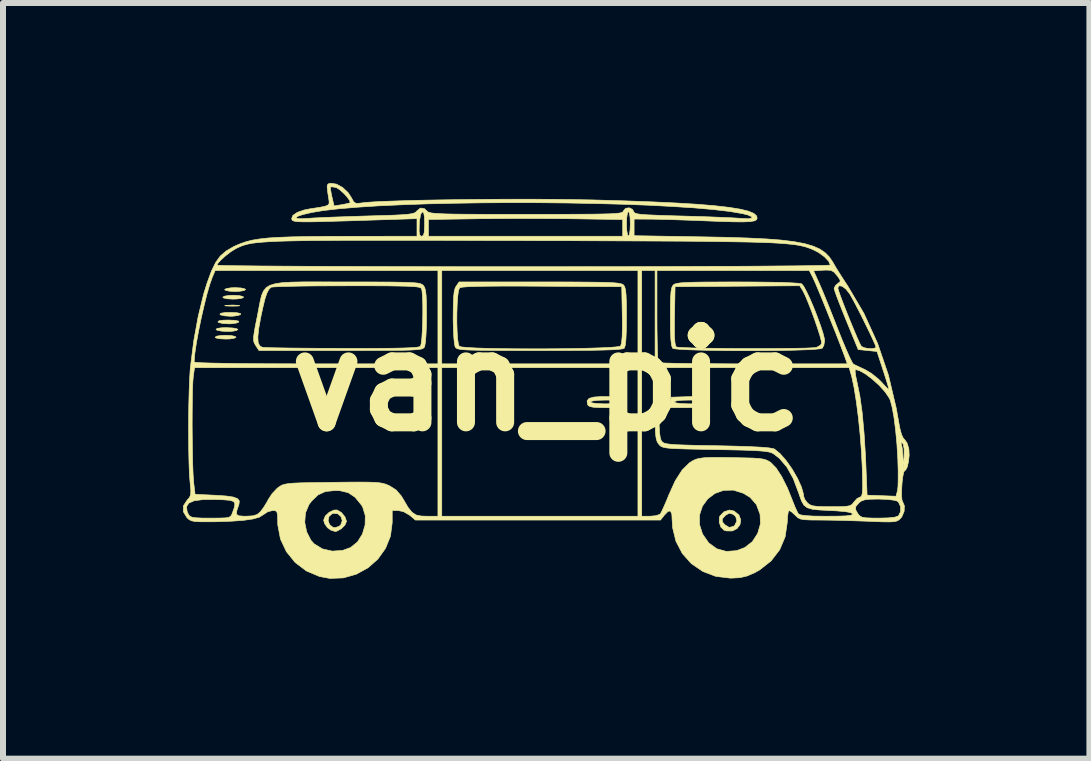
<source format=kicad_pcb>
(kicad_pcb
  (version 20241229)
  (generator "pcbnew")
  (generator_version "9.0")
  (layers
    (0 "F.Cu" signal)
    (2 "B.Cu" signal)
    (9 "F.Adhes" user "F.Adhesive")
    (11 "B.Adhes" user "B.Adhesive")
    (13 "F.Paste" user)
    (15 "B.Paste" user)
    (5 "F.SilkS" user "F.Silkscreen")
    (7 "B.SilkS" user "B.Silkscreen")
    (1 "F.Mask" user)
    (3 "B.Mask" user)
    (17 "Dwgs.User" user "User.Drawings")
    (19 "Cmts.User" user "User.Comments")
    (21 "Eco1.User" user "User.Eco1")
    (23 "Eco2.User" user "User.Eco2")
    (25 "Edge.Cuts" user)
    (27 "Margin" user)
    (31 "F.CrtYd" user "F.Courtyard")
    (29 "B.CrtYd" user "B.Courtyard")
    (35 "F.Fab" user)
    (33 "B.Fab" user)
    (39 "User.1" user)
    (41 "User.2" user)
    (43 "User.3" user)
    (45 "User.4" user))
  (footprint "van_pic"
    (layer "F.Cu")
    (at 6.06 3.301)
    (property "Reference" "van_pic" (at 0 0 0) (layer "F.SilkS") (effects (font (size 1.524 1.524) (thickness 0.3))))
    (attr through_hole)
    (fp_poly (pts (xy -5.136 -1.261) (xy -5.112 -1.255) (xy -5.144 -1.25) (xy -5.226 -1.248) (xy -5.239 -1.248) (xy -5.326 -1.25) (xy -5.365 -1.254) (xy -5.348 -1.26) (xy -5.342 -1.261) (xy -5.231 -1.266) (xy -5.136 -1.261)) (stroke (width 0.01) (type solid)) (fill yes) (layer "F.SilkS"))
    (fp_poly (pts (xy -5.254 -0.757) (xy -5.191 -0.743) (xy -5.175 -0.73) (xy -5.204 -0.713) (xy -5.278 -0.701) (xy -5.35 -0.699) (xy -5.446 -0.704) (xy -5.509 -0.717) (xy -5.524 -0.73) (xy -5.496 -0.748) (xy -5.422 -0.759) (xy -5.35 -0.762) (xy -5.254 -0.757)) (stroke (width 0.01) (type solid)) (fill yes) (layer "F.SilkS"))
    (fp_poly (pts (xy -5.234 -0.884) (xy -5.164 -0.872) (xy -5.144 -0.857) (xy -5.172 -0.84) (xy -5.246 -0.828) (xy -5.316 -0.826) (xy -5.416 -0.831) (xy -5.487 -0.845) (xy -5.509 -0.857) (xy -5.492 -0.876) (xy -5.418 -0.887) (xy -5.336 -0.889) (xy -5.234 -0.884)) (stroke (width 0.01) (type solid)) (fill yes) (layer "F.SilkS"))
    (fp_poly (pts (xy -5.192 -1.011) (xy -5.134 -0.998) (xy -5.128 -0.984) (xy -5.168 -0.966) (xy -5.25 -0.954) (xy -5.302 -0.953) (xy -5.396 -0.959) (xy -5.462 -0.974) (xy -5.477 -0.984) (xy -5.46 -1.003) (xy -5.386 -1.014) (xy -5.302 -1.016) (xy -5.192 -1.011)) (stroke (width 0.01) (type solid)) (fill yes) (layer "F.SilkS"))
    (fp_poly (pts (xy -5.16 -1.138) (xy -5.102 -1.125) (xy -5.096 -1.111) (xy -5.137 -1.093) (xy -5.218 -1.081) (xy -5.271 -1.079) (xy -5.365 -1.086) (xy -5.43 -1.101) (xy -5.445 -1.111) (xy -5.428 -1.13) (xy -5.355 -1.141) (xy -5.271 -1.143) (xy -5.16 -1.138)) (stroke (width 0.01) (type solid)) (fill yes) (layer "F.SilkS"))
    (fp_poly (pts (xy -5.127 -1.424) (xy -5.064 -1.41) (xy -5.048 -1.397) (xy -5.077 -1.38) (xy -5.151 -1.368) (xy -5.223 -1.365) (xy -5.319 -1.37) (xy -5.382 -1.384) (xy -5.397 -1.397) (xy -5.369 -1.414) (xy -5.295 -1.426) (xy -5.223 -1.429) (xy -5.127 -1.424)) (stroke (width 0.01) (type solid)) (fill yes) (layer "F.SilkS"))
    (fp_poly (pts (xy -5.095 -1.551) (xy -5.032 -1.537) (xy -5.016 -1.524) (xy -5.045 -1.507) (xy -5.119 -1.495) (xy -5.191 -1.492) (xy -5.287 -1.497) (xy -5.35 -1.511) (xy -5.366 -1.524) (xy -5.337 -1.541) (xy -5.263 -1.553) (xy -5.191 -1.556) (xy -5.095 -1.551)) (stroke (width 0.01) (type solid)) (fill yes) (layer "F.SilkS"))
    (fp_poly (pts (xy 3.127 2.168) (xy 3.208 2.234) (xy 3.238 2.315) (xy 3.225 2.395) (xy 3.175 2.461) (xy 3.097 2.5) (xy 2.996 2.499) (xy 2.959 2.487) (xy 2.907 2.436) (xy 2.879 2.354) (xy 2.882 2.299) (xy 2.93 2.299) (xy 2.931 2.347) (xy 2.971 2.395) (xy 3.046 2.441) (xy 3.116 2.424) (xy 3.137 2.407) (xy 3.173 2.334) (xy 3.154 2.26) (xy 3.109 2.221) (xy 3.046 2.204) (xy 2.988 2.236) (xy 2.982 2.241) (xy 2.93 2.299) (xy 2.882 2.299) (xy 2.883 2.27) (xy 2.891 2.25) (xy 2.959 2.18) (xy 3.05 2.151) (xy 3.127 2.168)) (stroke (width 0.01) (type solid)) (fill yes) (layer "F.SilkS"))
    (fp_poly (pts (xy -3.42 2.192) (xy -3.36 2.264) (xy -3.334 2.339) (xy -3.334 2.341) (xy -3.36 2.402) (xy -3.421 2.463) (xy -3.494 2.503) (xy -3.524 2.508) (xy -3.593 2.487) (xy -3.651 2.445) (xy -3.699 2.377) (xy -3.713 2.327) (xy -3.64 2.327) (xy -3.616 2.395) (xy -3.56 2.439) (xy -3.524 2.445) (xy -3.457 2.422) (xy -3.43 2.399) (xy -3.405 2.328) (xy -3.426 2.26) (xy -3.481 2.213) (xy -3.555 2.206) (xy -3.571 2.211) (xy -3.626 2.258) (xy -3.64 2.327) (xy -3.713 2.327) (xy -3.715 2.32) (xy -3.688 2.251) (xy -3.622 2.188) (xy -3.542 2.151) (xy -3.491 2.15) (xy -3.42 2.192)) (stroke (width 0.01) (type solid)) (fill yes) (layer "F.SilkS"))
    (fp_poly (pts (xy 1.029 0.261) (xy 1.318 0.27) (xy 1.328 0.357) (xy 1.338 0.445) (xy 1.022 0.445) (xy 0.873 0.443) (xy 0.776 0.437) (xy 0.719 0.424) (xy 0.691 0.404) (xy 0.685 0.393) (xy 0.679 0.349) (xy 0.73 0.349) (xy 0.76 0.365) (xy 0.842 0.376) (xy 0.965 0.381) (xy 1 0.381) (xy 1.132 0.377) (xy 1.225 0.368) (xy 1.268 0.353) (xy 1.27 0.349) (xy 1.24 0.334) (xy 1.158 0.323) (xy 1.035 0.318) (xy 1 0.318) (xy 0.869 0.321) (xy 0.776 0.331) (xy 0.732 0.345) (xy 0.73 0.349) (xy 0.679 0.349) (xy 0.676 0.332) (xy 0.708 0.291) (xy 0.787 0.268) (xy 0.918 0.259) (xy 1.029 0.261)) (stroke (width 0.01) (type solid)) (fill yes) (layer "F.SilkS"))
    (fp_poly (pts (xy 2.611 0.264) (xy 2.668 0.278) (xy 2.698 0.3) (xy 2.722 0.352) (xy 2.699 0.397) (xy 2.662 0.421) (xy 2.591 0.436) (xy 2.476 0.443) (xy 2.359 0.445) (xy 2.06 0.445) (xy 2.07 0.357) (xy 2.07 0.349) (xy 2.127 0.349) (xy 2.157 0.365) (xy 2.239 0.376) (xy 2.363 0.381) (xy 2.399 0.381) (xy 2.539 0.378) (xy 2.625 0.368) (xy 2.652 0.352) (xy 2.651 0.349) (xy 2.612 0.334) (xy 2.526 0.323) (xy 2.411 0.318) (xy 2.379 0.318) (xy 2.254 0.321) (xy 2.166 0.331) (xy 2.128 0.347) (xy 2.127 0.349) (xy 2.07 0.349) (xy 2.08 0.27) (xy 2.368 0.261) (xy 2.515 0.259) (xy 2.611 0.264)) (stroke (width 0.01) (type solid)) (fill yes) (layer "F.SilkS"))
    (fp_poly (pts (xy 3.467 -1.65) (xy 3.718 -1.647) (xy 3.928 -1.643) (xy 4.09 -1.636) (xy 4.201 -1.629) (xy 4.253 -1.62) (xy 4.254 -1.619) (xy 4.288 -1.578) (xy 4.335 -1.49) (xy 4.393 -1.368) (xy 4.454 -1.225) (xy 4.513 -1.074) (xy 4.566 -0.929) (xy 4.608 -0.802) (xy 4.632 -0.707) (xy 4.636 -0.673) (xy 4.623 -0.594) (xy 4.597 -0.546) (xy 4.556 -0.536) (xy 4.46 -0.527) (xy 4.317 -0.52) (xy 4.137 -0.514) (xy 3.927 -0.509) (xy 3.696 -0.507) (xy 3.454 -0.505) (xy 3.207 -0.505) (xy 2.966 -0.507) (xy 2.738 -0.51) (xy 2.532 -0.515) (xy 2.357 -0.521) (xy 2.221 -0.528) (xy 2.133 -0.537) (xy 2.102 -0.546) (xy 2.085 -0.591) (xy 2.073 -0.689) (xy 2.066 -0.844) (xy 2.066 -0.882) (xy 2.132 -0.882) (xy 2.134 -0.737) (xy 2.141 -0.641) (xy 2.152 -0.586) (xy 2.166 -0.566) (xy 2.206 -0.561) (xy 2.301 -0.556) (xy 2.441 -0.551) (xy 2.619 -0.547) (xy 2.825 -0.545) (xy 3.05 -0.542) (xy 3.286 -0.541) (xy 3.523 -0.541) (xy 3.754 -0.541) (xy 3.969 -0.543) (xy 4.159 -0.545) (xy 4.315 -0.548) (xy 4.429 -0.553) (xy 4.493 -0.558) (xy 4.498 -0.559) (xy 4.561 -0.593) (xy 4.585 -0.624) (xy 4.581 -0.668) (xy 4.557 -0.758) (xy 4.518 -0.88) (xy 4.47 -1.021) (xy 4.417 -1.166) (xy 4.363 -1.304) (xy 4.314 -1.421) (xy 4.274 -1.502) (xy 4.266 -1.516) (xy 4.221 -1.588) (xy 3.182 -1.58) (xy 2.143 -1.572) (xy 2.134 -1.082) (xy 2.132 -0.882) (xy 2.066 -0.882) (xy 2.064 -1.058) (xy 2.064 -1.068) (xy 2.065 -1.261) (xy 2.069 -1.4) (xy 2.076 -1.495) (xy 2.088 -1.556) (xy 2.106 -1.592) (xy 2.114 -1.601) (xy 2.134 -1.615) (xy 2.17 -1.626) (xy 2.228 -1.635) (xy 2.313 -1.641) (xy 2.434 -1.646) (xy 2.595 -1.649) (xy 2.805 -1.65) (xy 3.069 -1.651) (xy 3.179 -1.651) (xy 3.467 -1.65)) (stroke (width 0.01) (type solid)) (fill yes) (layer "F.SilkS"))
    (fp_poly (pts (xy 0.22 -1.651) (xy 0.494 -1.65) (xy 0.716 -1.648) (xy 0.891 -1.646) (xy 1.026 -1.642) (xy 1.126 -1.637) (xy 1.196 -1.63) (xy 1.242 -1.621) (xy 1.27 -1.611) (xy 1.284 -1.601) (xy 1.303 -1.571) (xy 1.317 -1.519) (xy 1.326 -1.437) (xy 1.331 -1.314) (xy 1.333 -1.141) (xy 1.333 -1.068) (xy 1.331 -0.851) (xy 1.324 -0.694) (xy 1.313 -0.594) (xy 1.296 -0.547) (xy 1.295 -0.546) (xy 1.268 -0.536) (xy 1.206 -0.528) (xy 1.104 -0.521) (xy 0.959 -0.516) (xy 0.767 -0.512) (xy 0.523 -0.51) (xy 0.223 -0.508) (xy -0.116 -0.508) (xy -0.448 -0.508) (xy -0.721 -0.509) (xy -0.943 -0.51) (xy -1.118 -0.512) (xy -1.252 -0.515) (xy -1.351 -0.519) (xy -1.421 -0.525) (xy -1.468 -0.533) (xy -1.497 -0.543) (xy -1.513 -0.555) (xy -1.523 -0.569) (xy -1.535 -0.623) (xy -1.545 -0.726) (xy -1.552 -0.866) (xy -1.555 -0.976) (xy -1.495 -0.976) (xy -1.49 -0.828) (xy -1.482 -0.702) (xy -1.468 -0.613) (xy -1.454 -0.578) (xy -1.412 -0.567) (xy -1.315 -0.558) (xy -1.172 -0.55) (xy -0.989 -0.544) (xy -0.776 -0.54) (xy -0.541 -0.537) (xy -0.292 -0.536) (xy -0.037 -0.536) (xy 0.216 -0.538) (xy 0.458 -0.541) (xy 0.681 -0.546) (xy 0.878 -0.552) (xy 1.039 -0.559) (xy 1.157 -0.568) (xy 1.224 -0.578) (xy 1.235 -0.584) (xy 1.251 -0.635) (xy 1.261 -0.743) (xy 1.265 -0.91) (xy 1.263 -1.1) (xy 1.254 -1.572) (xy -0.076 -1.58) (xy -0.435 -1.582) (xy -0.735 -1.582) (xy -0.977 -1.58) (xy -1.166 -1.577) (xy -1.304 -1.572) (xy -1.395 -1.565) (xy -1.442 -1.556) (xy -1.449 -1.552) (xy -1.467 -1.507) (xy -1.48 -1.412) (xy -1.489 -1.282) (xy -1.494 -1.132) (xy -1.495 -0.976) (xy -1.555 -0.976) (xy -1.556 -1.028) (xy -1.556 -1.07) (xy -1.554 -1.259) (xy -1.549 -1.395) (xy -1.539 -1.488) (xy -1.523 -1.55) (xy -1.506 -1.58) (xy -1.457 -1.651) (xy -0.112 -1.651) (xy 0.22 -1.651)) (stroke (width 0.01) (type solid)) (fill yes) (layer "F.SilkS"))
    (fp_poly (pts (xy -3.5 -1.651) (xy -3.337 -1.651) (xy -3.024 -1.651) (xy -2.768 -1.65) (xy -2.564 -1.649) (xy -2.404 -1.646) (xy -2.284 -1.642) (xy -2.197 -1.637) (xy -2.136 -1.63) (xy -2.096 -1.62) (xy -2.071 -1.608) (xy -2.054 -1.594) (xy -2.053 -1.593) (xy -2.031 -1.559) (xy -2.017 -1.507) (xy -2.007 -1.426) (xy -2.002 -1.304) (xy -2 -1.133) (xy -2 -1.083) (xy -2.002 -0.913) (xy -2.009 -0.764) (xy -2.018 -0.648) (xy -2.03 -0.579) (xy -2.033 -0.569) (xy -2.043 -0.555) (xy -2.06 -0.542) (xy -2.089 -0.532) (xy -2.136 -0.525) (xy -2.207 -0.519) (xy -2.307 -0.514) (xy -2.443 -0.511) (xy -2.619 -0.51) (xy -2.842 -0.509) (xy -3.118 -0.508) (xy -3.429 -0.508) (xy -4.793 -0.508) (xy -4.848 -0.592) (xy -4.87 -0.629) (xy -4.882 -0.668) (xy -4.883 -0.721) (xy -4.882 -0.736) (xy -4.812 -0.736) (xy -4.807 -0.642) (xy -4.781 -0.586) (xy -4.739 -0.562) (xy -4.696 -0.558) (xy -4.596 -0.555) (xy -4.447 -0.552) (xy -4.256 -0.549) (xy -4.03 -0.547) (xy -3.777 -0.545) (xy -3.502 -0.544) (xy -3.412 -0.543) (xy -3.07 -0.543) (xy -2.788 -0.544) (xy -2.561 -0.546) (xy -2.384 -0.55) (xy -2.254 -0.555) (xy -2.166 -0.562) (xy -2.116 -0.571) (xy -2.102 -0.578) (xy -2.089 -0.621) (xy -2.078 -0.714) (xy -2.07 -0.841) (xy -2.064 -0.99) (xy -2.062 -1.145) (xy -2.063 -1.292) (xy -2.068 -1.418) (xy -2.076 -1.507) (xy -2.083 -1.537) (xy -2.093 -1.55) (xy -2.118 -1.561) (xy -2.162 -1.569) (xy -2.232 -1.575) (xy -2.334 -1.58) (xy -2.473 -1.583) (xy -2.655 -1.586) (xy -2.886 -1.587) (xy -3.172 -1.587) (xy -3.329 -1.587) (xy -3.603 -1.586) (xy -3.857 -1.585) (xy -4.085 -1.582) (xy -4.279 -1.578) (xy -4.432 -1.574) (xy -4.538 -1.569) (xy -4.588 -1.564) (xy -4.591 -1.563) (xy -4.628 -1.527) (xy -4.661 -1.464) (xy -4.694 -1.366) (xy -4.729 -1.222) (xy -4.762 -1.068) (xy -4.797 -0.876) (xy -4.812 -0.736) (xy -4.882 -0.736) (xy -4.874 -0.8) (xy -4.854 -0.916) (xy -4.82 -1.082) (xy -4.818 -1.092) (xy -4.793 -1.227) (xy -4.771 -1.339) (xy -4.749 -1.429) (xy -4.718 -1.5) (xy -4.675 -1.554) (xy -4.612 -1.594) (xy -4.524 -1.621) (xy -4.405 -1.639) (xy -4.249 -1.648) (xy -4.051 -1.652) (xy -3.803 -1.652) (xy -3.5 -1.651)) (stroke (width 0.01) (type solid)) (fill yes) (layer "F.SilkS"))
    (fp_poly (pts (xy -3.501 -3.282) (xy -3.398 -3.225) (xy -3.306 -3.139) (xy -3.255 -3.06) (xy -3.214 -2.987) (xy -3.173 -2.96) (xy -3.11 -2.964) (xy -3.104 -2.965) (xy -3.019 -2.976) (xy -2.877 -2.986) (xy -2.686 -2.995) (xy -2.452 -3.003) (xy -2.182 -3.011) (xy -1.883 -3.017) (xy -1.562 -3.022) (xy -1.225 -3.026) (xy -0.88 -3.029) (xy -0.534 -3.03) (xy -0.192 -3.03) (xy 0.136 -3.028) (xy 0.446 -3.024) (xy 0.73 -3.019) (xy 0.778 -3.018) (xy 1.301 -3.003) (xy 1.763 -2.986) (xy 2.166 -2.967) (xy 2.512 -2.946) (xy 2.802 -2.922) (xy 3.039 -2.895) (xy 3.226 -2.865) (xy 3.363 -2.832) (xy 3.454 -2.795) (xy 3.5 -2.755) (xy 3.504 -2.747) (xy 3.511 -2.713) (xy 3.499 -2.686) (xy 3.461 -2.668) (xy 3.391 -2.657) (xy 3.282 -2.652) (xy 3.128 -2.653) (xy 2.922 -2.659) (xy 2.712 -2.667) (xy 2.485 -2.676) (xy 2.262 -2.684) (xy 2.056 -2.691) (xy 1.882 -2.695) (xy 1.753 -2.698) (xy 1.722 -2.698) (xy 1.46 -2.699) (xy 1.46 -2.422) (xy 2.596 -2.403) (xy 3.01 -2.395) (xy 3.366 -2.383) (xy 3.668 -2.368) (xy 3.922 -2.348) (xy 4.133 -2.322) (xy 4.305 -2.289) (xy 4.445 -2.248) (xy 4.556 -2.199) (xy 4.644 -2.139) (xy 4.714 -2.068) (xy 4.771 -1.984) (xy 4.788 -1.954) (xy 4.829 -1.883) (xy 4.895 -1.778) (xy 4.975 -1.654) (xy 5.021 -1.585) (xy 5.291 -1.127) (xy 5.519 -0.627) (xy 5.7 -0.096) (xy 5.831 0.458) (xy 5.859 0.617) (xy 5.889 0.783) (xy 5.918 0.893) (xy 5.949 0.956) (xy 5.967 0.973) (xy 6.009 1.031) (xy 6.038 1.123) (xy 6.041 1.143) (xy 6.045 1.241) (xy 6.034 1.344) (xy 6.014 1.432) (xy 5.987 1.485) (xy 5.972 1.492) (xy 5.954 1.521) (xy 5.939 1.595) (xy 5.927 1.697) (xy 5.92 1.807) (xy 5.919 1.909) (xy 5.925 1.984) (xy 5.936 2.011) (xy 5.966 2.081) (xy 5.961 2.175) (xy 5.923 2.264) (xy 5.901 2.291) (xy 5.872 2.317) (xy 5.838 2.335) (xy 5.79 2.345) (xy 5.716 2.349) (xy 5.604 2.348) (xy 5.446 2.342) (xy 5.356 2.338) (xy 5.153 2.331) (xy 4.938 2.324) (xy 4.735 2.32) (xy 4.569 2.318) (xy 4.55 2.318) (xy 4.4 2.317) (xy 4.3 2.312) (xy 4.235 2.301) (xy 4.191 2.28) (xy 4.155 2.247) (xy 4.146 2.238) (xy 4.089 2.185) (xy 4.047 2.159) (xy 4.044 2.159) (xy 4.029 2.188) (xy 4.018 2.264) (xy 4.013 2.359) (xy 3.978 2.597) (xy 3.887 2.813) (xy 3.743 3) (xy 3.551 3.151) (xy 3.466 3.198) (xy 3.341 3.251) (xy 3.225 3.278) (xy 3.082 3.286) (xy 3.063 3.286) (xy 2.822 3.257) (xy 2.604 3.174) (xy 2.415 3.045) (xy 2.264 2.876) (xy 2.158 2.673) (xy 2.102 2.445) (xy 2.099 2.394) (xy 2.551 2.394) (xy 2.601 2.551) (xy 2.704 2.699) (xy 2.839 2.797) (xy 2.998 2.841) (xy 3.169 2.828) (xy 3.306 2.776) (xy 3.431 2.678) (xy 3.52 2.541) (xy 3.566 2.383) (xy 3.56 2.223) (xy 3.559 2.221) (xy 3.499 2.06) (xy 3.394 1.94) (xy 3.281 1.871) (xy 3.113 1.819) (xy 2.952 1.823) (xy 2.808 1.874) (xy 2.688 1.965) (xy 2.599 2.087) (xy 2.551 2.233) (xy 2.551 2.394) (xy 2.099 2.394) (xy 2.095 2.333) (xy 2.089 2.22) (xy 2.066 2.167) (xy 2.026 2.173) (xy 1.965 2.235) (xy 1.963 2.238) (xy 1.9 2.318) (xy -2.186 2.318) (xy -2.28 2.238) (xy -2.383 2.178) (xy -2.473 2.159) (xy -2.572 2.159) (xy -2.572 2.36) (xy -2.601 2.586) (xy -2.684 2.791) (xy -2.812 2.97) (xy -2.977 3.115) (xy -3.171 3.221) (xy -3.385 3.282) (xy -3.61 3.291) (xy -3.784 3.259) (xy -4.004 3.166) (xy -4.19 3.025) (xy -4.336 2.845) (xy -4.435 2.634) (xy -4.479 2.403) (xy -4.481 2.357) (xy -4.03 2.357) (xy -3.998 2.515) (xy -3.927 2.655) (xy -3.873 2.715) (xy -3.735 2.799) (xy -3.571 2.836) (xy -3.399 2.824) (xy -3.266 2.776) (xy -3.151 2.683) (xy -3.069 2.552) (xy -3.024 2.4) (xy -3.021 2.244) (xy -3.064 2.102) (xy -3.085 2.067) (xy -3.191 1.938) (xy -3.304 1.862) (xy -3.442 1.829) (xy -3.524 1.826) (xy -3.684 1.842) (xy -3.808 1.898) (xy -3.916 2.002) (xy -3.961 2.063) (xy -4.018 2.199) (xy -4.03 2.357) (xy -4.481 2.357) (xy -4.481 2.349) (xy -4.483 2.244) (xy -4.493 2.187) (xy -4.516 2.164) (xy -4.56 2.159) (xy -4.565 2.159) (xy -4.647 2.18) (xy -4.723 2.23) (xy -4.788 2.27) (xy -4.894 2.3) (xy -5.045 2.322) (xy -5.247 2.337) (xy -5.505 2.346) (xy -5.622 2.347) (xy -5.766 2.347) (xy -5.861 2.342) (xy -5.922 2.329) (xy -5.964 2.306) (xy -5.995 2.276) (xy -6.055 2.177) (xy -6.052 2.095) (xy -6.001 2.095) (xy -5.99 2.177) (xy -5.968 2.225) (xy -5.947 2.252) (xy -5.911 2.27) (xy -5.847 2.28) (xy -5.744 2.285) (xy -5.602 2.286) (xy -5.454 2.285) (xy -5.356 2.282) (xy -5.297 2.273) (xy -5.265 2.255) (xy -5.246 2.225) (xy -5.237 2.201) (xy -5.204 2.109) (xy -5.194 2.047) (xy -5.215 2.009) (xy -5.277 1.989) (xy -5.386 1.98) (xy -5.52 1.975) (xy -5.725 1.977) (xy -5.872 1.996) (xy -5.962 2.035) (xy -6.001 2.095) (xy -6.052 2.095) (xy -6.051 2.078) (xy -5.991 1.987) (xy -5.952 1.943) (xy -5.933 1.897) (xy -5.929 1.828) (xy -5.939 1.719) (xy -5.941 1.695) (xy -5.952 1.561) (xy -5.959 1.376) (xy -5.964 1.155) (xy -5.966 0.91) (xy -5.966 0.739) (xy -5.907 0.739) (xy -5.905 0.962) (xy -5.902 1.178) (xy -5.898 1.375) (xy -5.892 1.54) (xy -5.884 1.662) (xy -5.881 1.699) (xy -5.858 1.889) (xy -5.515 1.905) (xy -5.339 1.917) (xy -5.219 1.935) (xy -5.149 1.962) (xy -5.12 2.001) (xy -5.127 2.055) (xy -5.128 2.059) (xy -5.163 2.163) (xy -5.167 2.222) (xy -5.13 2.247) (xy -5.046 2.254) (xy -5.01 2.254) (xy -4.897 2.248) (xy -4.824 2.226) (xy -4.772 2.183) (xy -4.716 2.109) (xy -4.656 2.011) (xy -4.64 1.979) (xy -4.574 1.878) (xy -4.492 1.791) (xy -4.47 1.773) (xy -4.436 1.75) (xy -4.4 1.732) (xy -4.354 1.719) (xy -4.291 1.709) (xy -4.2 1.702) (xy -4.076 1.697) (xy -3.908 1.694) (xy -3.689 1.691) (xy -3.561 1.689) (xy -3.313 1.686) (xy -3.12 1.685) (xy -2.973 1.686) (xy -2.864 1.69) (xy -2.784 1.697) (xy -2.724 1.707) (xy -2.675 1.722) (xy -2.63 1.741) (xy -2.615 1.748) (xy -2.506 1.817) (xy -2.421 1.916) (xy -2.382 1.98) (xy -2.307 2.108) (xy -2.242 2.188) (xy -2.175 2.233) (xy -2.09 2.251) (xy -1.995 2.254) (xy -1.81 2.254) (xy -1.81 -0.222) (xy -1.746 -0.222) (xy -1.746 2.254) (xy 1.524 2.254) (xy 1.524 -0.222) (xy 1.587 -0.222) (xy 1.587 2.254) (xy 1.726 2.254) (xy 1.819 2.246) (xy 1.885 2.224) (xy 1.898 2.215) (xy 1.923 2.168) (xy 1.964 2.079) (xy 2.014 1.962) (xy 2.036 1.906) (xy 2.145 1.665) (xy 2.26 1.485) (xy 2.384 1.363) (xy 2.446 1.325) (xy 2.495 1.303) (xy 2.553 1.289) (xy 2.632 1.279) (xy 2.742 1.275) (xy 2.894 1.274) (xy 3.096 1.277) (xy 3.294 1.281) (xy 3.44 1.285) (xy 3.544 1.292) (xy 3.617 1.303) (xy 3.669 1.319) (xy 3.712 1.341) (xy 3.74 1.36) (xy 3.827 1.449) (xy 3.92 1.592) (xy 4.015 1.781) (xy 4.1 1.992) (xy 4.141 2.096) (xy 4.179 2.179) (xy 4.199 2.215) (xy 4.236 2.232) (xy 4.318 2.244) (xy 4.452 2.252) (xy 4.642 2.254) (xy 4.674 2.254) (xy 4.857 2.253) (xy 4.985 2.249) (xy 5.063 2.24) (xy 5.1 2.228) (xy 5.104 2.215) (xy 5.071 2.194) (xy 4.984 2.178) (xy 4.839 2.165) (xy 4.721 2.159) (xy 4.548 2.15) (xy 4.478 2.142) (xy 5.151 2.142) (xy 5.189 2.21) (xy 5.193 2.215) (xy 5.222 2.249) (xy 5.261 2.27) (xy 5.325 2.281) (xy 5.428 2.285) (xy 5.536 2.286) (xy 5.697 2.282) (xy 5.81 2.269) (xy 5.866 2.249) (xy 5.867 2.248) (xy 5.902 2.178) (xy 5.901 2.092) (xy 5.868 2.02) (xy 5.844 2.001) (xy 5.784 1.986) (xy 5.681 1.974) (xy 5.554 1.969) (xy 5.527 1.968) (xy 5.391 1.971) (xy 5.303 1.981) (xy 5.246 2.002) (xy 5.207 2.032) (xy 5.156 2.092) (xy 5.151 2.142) (xy 4.478 2.142) (xy 4.427 2.137) (xy 4.345 2.112) (xy 4.291 2.07) (xy 4.252 2.003) (xy 4.216 1.904) (xy 4.206 1.873) (xy 4.113 1.626) (xy 4.006 1.434) (xy 3.882 1.289) (xy 3.786 1.214) (xy 3.754 1.198) (xy 3.71 1.184) (xy 3.645 1.173) (xy 3.553 1.165) (xy 3.426 1.158) (xy 3.257 1.152) (xy 3.037 1.147) (xy 2.816 1.143) (xy 2.557 1.138) (xy 2.353 1.134) (xy 2.198 1.129) (xy 2.084 1.124) (xy 2.004 1.116) (xy 1.95 1.106) (xy 1.915 1.093) (xy 1.892 1.077) (xy 1.873 1.055) (xy 1.87 1.052) (xy 1.849 1.021) (xy 1.833 0.98) (xy 1.822 0.921) (xy 1.815 0.834) (xy 1.812 0.709) (xy 1.81 0.538) (xy 1.81 0.377) (xy 1.81 -0.222) (xy 1.873 -0.222) (xy 1.873 0.359) (xy 1.874 0.58) (xy 1.878 0.745) (xy 1.885 0.863) (xy 1.896 0.942) (xy 1.911 0.99) (xy 1.918 1.002) (xy 1.935 1.02) (xy 1.96 1.035) (xy 2.002 1.046) (xy 2.066 1.055) (xy 2.161 1.062) (xy 2.294 1.067) (xy 2.472 1.072) (xy 2.702 1.077) (xy 2.847 1.079) (xy 3.148 1.086) (xy 3.389 1.094) (xy 3.572 1.103) (xy 3.701 1.114) (xy 3.778 1.127) (xy 3.799 1.134) (xy 3.893 1.21) (xy 3.996 1.328) (xy 4.096 1.47) (xy 4.184 1.622) (xy 4.25 1.767) (xy 4.284 1.888) (xy 4.286 1.921) (xy 4.307 1.977) (xy 4.35 2.032) (xy 4.386 2.061) (xy 4.436 2.08) (xy 4.511 2.09) (xy 4.626 2.095) (xy 4.743 2.095) (xy 4.891 2.095) (xy 4.99 2.09) (xy 5.051 2.08) (xy 5.088 2.061) (xy 5.116 2.03) (xy 5.125 2.016) (xy 5.177 1.959) (xy 5.224 1.937) (xy 5.25 1.923) (xy 5.264 1.873) (xy 5.27 1.777) (xy 5.27 1.722) (xy 5.264 1.46) (xy 5.25 1.178) (xy 5.227 0.888) (xy 5.198 0.604) (xy 5.164 0.341) (xy 5.127 0.111) (xy 5.088 -0.071) (xy 5.079 -0.103) (xy 5.062 -0.163) (xy 5.144 -0.163) (xy 5.153 -0.089) (xy 5.175 0.015) (xy 5.177 0.024) (xy 5.223 0.247) (xy 5.262 0.528) (xy 5.293 0.864) (xy 5.317 1.248) (xy 5.324 1.404) (xy 5.344 1.903) (xy 5.585 1.912) (xy 5.826 1.921) (xy 5.851 1.826) (xy 5.859 1.759) (xy 5.862 1.644) (xy 5.862 1.496) (xy 5.857 1.33) (xy 5.856 1.302) (xy 5.841 1.051) (xy 5.838 1.02) (xy 5.909 1.02) (xy 5.916 1.057) (xy 5.917 1.058) (xy 5.93 1.123) (xy 5.94 1.223) (xy 5.943 1.281) (xy 5.949 1.445) (xy 5.961 1.257) (xy 5.961 1.13) (xy 5.945 1.051) (xy 5.934 1.035) (xy 5.909 1.02) (xy 5.838 1.02) (xy 5.819 0.818) (xy 5.793 0.613) (xy 5.763 0.445) (xy 5.732 0.325) (xy 5.714 0.285) (xy 5.644 0.182) (xy 5.546 0.073) (xy 5.432 -0.03) (xy 5.318 -0.116) (xy 5.217 -0.173) (xy 5.15 -0.191) (xy 5.144 -0.163) (xy 5.062 -0.163) (xy 5.045 -0.222) (xy 1.873 -0.222) (xy 1.81 -0.222) (xy 1.587 -0.222) (xy 1.524 -0.222) (xy -1.746 -0.222) (xy -1.81 -0.222) (xy -5.867 -0.222) (xy -5.888 -0.077) (xy -5.895 0.007) (xy -5.901 0.142) (xy -5.904 0.317) (xy -5.906 0.52) (xy -5.907 0.739) (xy -5.966 0.739) (xy -5.966 0.655) (xy -5.963 0.403) (xy -5.957 0.168) (xy -5.949 -0.037) (xy -5.939 -0.199) (xy -5.936 -0.227) (xy -5.925 -0.317) (xy -5.874 -0.317) (xy -5.842 -0.31) (xy -5.749 -0.304) (xy -5.597 -0.299) (xy -5.387 -0.295) (xy -5.121 -0.291) (xy -4.801 -0.288) (xy -4.43 -0.287) (xy -4.008 -0.286) (xy -3.842 -0.286) (xy -1.81 -0.286) (xy -1.81 -1.841) (xy -1.746 -1.841) (xy -1.746 -0.286) (xy 1.524 -0.286) (xy 1.524 -1.841) (xy 1.587 -1.841) (xy 1.587 -0.286) (xy 1.81 -0.286) (xy 1.81 -1.841) (xy 1.841 -1.841) (xy 1.841 -1.085) (xy 1.842 -0.872) (xy 1.845 -0.68) (xy 1.848 -0.519) (xy 1.853 -0.397) (xy 1.859 -0.324) (xy 1.863 -0.307) (xy 1.898 -0.303) (xy 1.99 -0.299) (xy 2.134 -0.295) (xy 2.322 -0.292) (xy 2.549 -0.29) (xy 2.809 -0.288) (xy 3.096 -0.286) (xy 3.403 -0.286) (xy 3.449 -0.286) (xy 5.014 -0.286) (xy 4.972 -0.405) (xy 4.934 -0.507) (xy 4.88 -0.648) (xy 4.815 -0.815) (xy 4.742 -0.996) (xy 4.668 -1.181) (xy 4.597 -1.357) (xy 4.533 -1.511) (xy 4.481 -1.634) (xy 4.446 -1.711) (xy 4.441 -1.722) (xy 4.383 -1.836) (xy 4.452 -1.836) (xy 4.548 -1.624) (xy 4.591 -1.525) (xy 4.651 -1.38) (xy 4.722 -1.205) (xy 4.798 -1.014) (xy 4.859 -0.857) (xy 4.93 -0.681) (xy 4.995 -0.526) (xy 5.051 -0.4) (xy 5.093 -0.315) (xy 5.117 -0.28) (xy 5.117 -0.28) (xy 5.17 -0.255) (xy 5.255 -0.215) (xy 5.307 -0.191) (xy 5.417 -0.126) (xy 5.529 -0.036) (xy 5.577 0.011) (xy 5.644 0.084) (xy 5.692 0.131) (xy 5.707 0.142) (xy 5.702 0.112) (xy 5.679 0.034) (xy 5.644 -0.078) (xy 5.612 -0.178) (xy 5.509 -0.492) (xy 5.196 -0.524) (xy 4.995 -1.012) (xy 4.928 -1.178) (xy 4.87 -1.325) (xy 4.826 -1.442) (xy 4.8 -1.519) (xy 4.794 -1.544) (xy 4.796 -1.548) (xy 4.857 -1.548) (xy 4.869 -1.504) (xy 4.9 -1.415) (xy 4.946 -1.293) (xy 5.002 -1.151) (xy 5.062 -1.002) (xy 5.122 -0.857) (xy 5.175 -0.731) (xy 5.218 -0.635) (xy 5.245 -0.583) (xy 5.247 -0.579) (xy 5.291 -0.556) (xy 5.361 -0.542) (xy 5.434 -0.54) (xy 5.484 -0.551) (xy 5.492 -0.564) (xy 5.479 -0.604) (xy 5.441 -0.689) (xy 5.387 -0.805) (xy 5.321 -0.94) (xy 5.251 -1.083) (xy 5.181 -1.219) (xy 5.119 -1.338) (xy 5.069 -1.427) (xy 5.054 -1.453) (xy 4.992 -1.531) (xy 4.931 -1.578) (xy 4.882 -1.589) (xy 4.858 -1.558) (xy 4.857 -1.548) (xy 4.796 -1.548) (xy 4.819 -1.594) (xy 4.855 -1.625) (xy 4.892 -1.653) (xy 4.894 -1.683) (xy 4.86 -1.736) (xy 4.841 -1.76) (xy 4.79 -1.818) (xy 4.738 -1.845) (xy 4.66 -1.849) (xy 4.609 -1.847) (xy 4.452 -1.836) (xy 4.383 -1.836) (xy 4.38 -1.842) (xy 3.111 -1.841) (xy 1.841 -1.841) (xy 1.81 -1.841) (xy 1.587 -1.841) (xy 1.524 -1.841) (xy -1.746 -1.841) (xy -1.81 -1.841) (xy -5.524 -1.841) (xy -5.574 -1.722) (xy -5.615 -1.605) (xy -5.662 -1.442) (xy -5.71 -1.248) (xy -5.758 -1.038) (xy -5.801 -0.827) (xy -5.837 -0.63) (xy -5.862 -0.461) (xy -5.873 -0.335) (xy -5.874 -0.317) (xy -5.925 -0.317) (xy -5.881 -0.665) (xy -5.806 -1.078) (xy -5.715 -1.45) (xy -5.658 -1.634) (xy -5.586 -1.83) (xy -5.537 -1.931) (xy -5.493 -1.931) (xy -5.462 -1.928) (xy -5.37 -1.925) (xy -5.222 -1.922) (xy -5.02 -1.92) (xy -4.769 -1.917) (xy -4.47 -1.915) (xy -4.129 -1.913) (xy -3.747 -1.911) (xy -3.328 -1.91) (xy -2.876 -1.908) (xy -2.394 -1.907) (xy -1.886 -1.906) (xy -1.354 -1.905) (xy -0.802 -1.905) (xy -0.381 -1.905) (xy 0.197 -1.905) (xy 0.754 -1.906) (xy 1.289 -1.906) (xy 1.797 -1.908) (xy 2.275 -1.909) (xy 2.721 -1.911) (xy 3.13 -1.912) (xy 3.5 -1.914) (xy 3.828 -1.917) (xy 4.11 -1.919) (xy 4.344 -1.922) (xy 4.525 -1.925) (xy 4.652 -1.928) (xy 4.719 -1.931) (xy 4.731 -1.932) (xy 4.704 -1.996) (xy 4.634 -2.07) (xy 4.535 -2.142) (xy 4.452 -2.185) (xy 4.405 -2.205) (xy 4.357 -2.223) (xy 4.306 -2.239) (xy 4.248 -2.253) (xy 4.18 -2.266) (xy 4.099 -2.277) (xy 4 -2.287) (xy 3.882 -2.296) (xy 3.741 -2.304) (xy 3.573 -2.31) (xy 3.375 -2.316) (xy 3.144 -2.32) (xy 2.877 -2.324) (xy 2.569 -2.328) (xy 2.219 -2.331) (xy 1.822 -2.333) (xy 1.375 -2.335) (xy 0.876 -2.337) (xy 0.32 -2.339) (xy -0.296 -2.34) (xy -0.41 -2.341) (xy -1.032 -2.342) (xy -1.594 -2.344) (xy -2.098 -2.345) (xy -2.55 -2.345) (xy -2.95 -2.345) (xy -3.304 -2.345) (xy -3.614 -2.343) (xy -3.884 -2.341) (xy -4.116 -2.338) (xy -4.314 -2.334) (xy -4.482 -2.329) (xy -4.623 -2.322) (xy -4.739 -2.314) (xy -4.835 -2.305) (xy -4.914 -2.295) (xy -4.978 -2.282) (xy -5.031 -2.268) (xy -5.077 -2.253) (xy -5.119 -2.235) (xy -5.16 -2.216) (xy -5.184 -2.204) (xy -5.262 -2.155) (xy -5.348 -2.089) (xy -5.426 -2.019) (xy -5.479 -1.96) (xy -5.493 -1.931) (xy -5.537 -1.931) (xy -5.515 -1.976) (xy -5.437 -2.084) (xy -5.34 -2.167) (xy -5.217 -2.239) (xy -5.188 -2.253) (xy -5.1 -2.29) (xy -5.007 -2.322) (xy -4.904 -2.348) (xy -4.782 -2.368) (xy -4.636 -2.384) (xy -4.459 -2.395) (xy -4.244 -2.403) (xy -3.984 -2.408) (xy -3.674 -2.411) (xy -3.358 -2.412) (xy -2.159 -2.413) (xy -2.159 -2.499) (xy -2.123 -2.499) (xy -2.115 -2.438) (xy -2.095 -2.415) (xy -2.081 -2.413) (xy -2.054 -2.425) (xy -2.039 -2.471) (xy -2.033 -2.562) (xy -2.032 -2.622) (xy -2.034 -2.692) (xy -1.968 -2.692) (xy -1.968 -2.413) (xy 1.27 -2.413) (xy 1.27 -2.619) (xy 1.333 -2.619) (xy 1.338 -2.512) (xy 1.35 -2.438) (xy 1.365 -2.413) (xy 1.382 -2.442) (xy 1.393 -2.519) (xy 1.397 -2.619) (xy 1.393 -2.727) (xy 1.381 -2.801) (xy 1.365 -2.826) (xy 1.349 -2.797) (xy 1.337 -2.719) (xy 1.333 -2.619) (xy 1.27 -2.619) (xy 1.27 -2.691) (xy 0.452 -2.704) (xy 0.167 -2.707) (xy -0.156 -2.708) (xy -0.493 -2.709) (xy -0.819 -2.707) (xy -1.111 -2.705) (xy -1.167 -2.704) (xy -1.968 -2.692) (xy -2.034 -2.692) (xy -2.036 -2.74) (xy -2.047 -2.803) (xy -2.069 -2.819) (xy -2.072 -2.818) (xy -2.097 -2.779) (xy -2.115 -2.686) (xy -2.121 -2.609) (xy -2.123 -2.499) (xy -2.159 -2.499) (xy -2.159 -2.706) (xy -3.008 -2.679) (xy -3.319 -2.669) (xy -3.573 -2.662) (xy -3.775 -2.656) (xy -3.931 -2.653) (xy -4.048 -2.653) (xy -4.131 -2.655) (xy -4.186 -2.66) (xy -4.22 -2.669) (xy -4.238 -2.68) (xy -4.245 -2.694) (xy -4.248 -2.705) (xy -4.242 -2.722) (xy -4.178 -2.722) (xy -4.153 -2.708) (xy -4.069 -2.705) (xy -3.985 -2.71) (xy -3.889 -2.717) (xy -3.742 -2.724) (xy -3.556 -2.732) (xy -3.343 -2.739) (xy -3.115 -2.747) (xy -2.985 -2.751) (xy -2.741 -2.758) (xy -2.552 -2.764) (xy -2.412 -2.771) (xy -2.312 -2.779) (xy -2.245 -2.789) (xy -2.203 -2.801) (xy -2.177 -2.817) (xy -2.165 -2.831) (xy -2.102 -2.883) (xy -2.035 -2.873) (xy -1.994 -2.834) (xy -1.981 -2.821) (xy -1.96 -2.811) (xy -1.924 -2.802) (xy -1.869 -2.795) (xy -1.789 -2.79) (xy -1.68 -2.785) (xy -1.535 -2.782) (xy -1.35 -2.78) (xy -1.12 -2.779) (xy -0.839 -2.778) (xy -0.501 -2.778) (xy -0.343 -2.778) (xy 0.019 -2.778) (xy 0.322 -2.779) (xy 0.572 -2.78) (xy 0.775 -2.781) (xy 0.934 -2.784) (xy 1.056 -2.787) (xy 1.145 -2.792) (xy 1.206 -2.798) (xy 1.246 -2.806) (xy 1.268 -2.816) (xy 1.279 -2.827) (xy 1.281 -2.834) (xy 1.319 -2.879) (xy 1.379 -2.887) (xy 1.433 -2.861) (xy 1.45 -2.83) (xy 1.459 -2.812) (xy 1.479 -2.798) (xy 1.518 -2.786) (xy 1.583 -2.777) (xy 1.682 -2.77) (xy 1.822 -2.764) (xy 2.011 -2.757) (xy 2.255 -2.75) (xy 2.265 -2.75) (xy 2.495 -2.743) (xy 2.715 -2.736) (xy 2.912 -2.728) (xy 3.077 -2.721) (xy 3.196 -2.714) (xy 3.246 -2.71) (xy 3.364 -2.704) (xy 3.422 -2.716) (xy 3.42 -2.739) (xy 3.356 -2.768) (xy 3.262 -2.791) (xy 3.049 -2.827) (xy 2.78 -2.858) (xy 2.461 -2.886) (xy 2.1 -2.909) (xy 1.703 -2.93) (xy 1.276 -2.946) (xy 0.826 -2.958) (xy 0.36 -2.967) (xy -0.115 -2.972) (xy -0.593 -2.973) (xy -1.068 -2.97) (xy -1.532 -2.963) (xy -1.978 -2.953) (xy -2.401 -2.938) (xy -2.794 -2.92) (xy -3.15 -2.897) (xy -3.461 -2.871) (xy -3.723 -2.841) (xy -3.919 -2.808) (xy -4.059 -2.775) (xy -4.146 -2.746) (xy -4.178 -2.722) (xy -4.242 -2.722) (xy -4.229 -2.759) (xy -4.156 -2.81) (xy -4.039 -2.851) (xy -3.937 -2.871) (xy -3.791 -2.893) (xy -3.697 -2.911) (xy -3.645 -2.931) (xy -3.624 -2.958) (xy -3.624 -2.998) (xy -3.631 -3.043) (xy -3.65 -3.165) (xy -3.656 -3.234) (xy -3.602 -3.234) (xy -3.601 -3.199) (xy -3.588 -3.123) (xy -3.577 -3.07) (xy -3.541 -2.918) (xy -3.413 -2.939) (xy -3.331 -2.955) (xy -3.28 -2.968) (xy -3.274 -2.971) (xy -3.279 -3.004) (xy -3.319 -3.062) (xy -3.379 -3.128) (xy -3.445 -3.187) (xy -3.501 -3.223) (xy -3.511 -3.226) (xy -3.575 -3.237) (xy -3.602 -3.234) (xy -3.656 -3.234) (xy -3.657 -3.238) (xy -3.65 -3.275) (xy -3.628 -3.291) (xy -3.595 -3.296) (xy -3.501 -3.282)) (stroke (width 0.01) (type solid)) (fill yes) (layer "F.SilkS")))
  (gr_rect
    (start -3 -3)
    (end 15.11 9.597)
    (stroke (width 0.1) (type default))
    (fill no)
    (layer "Edge.Cuts")))
</source>
